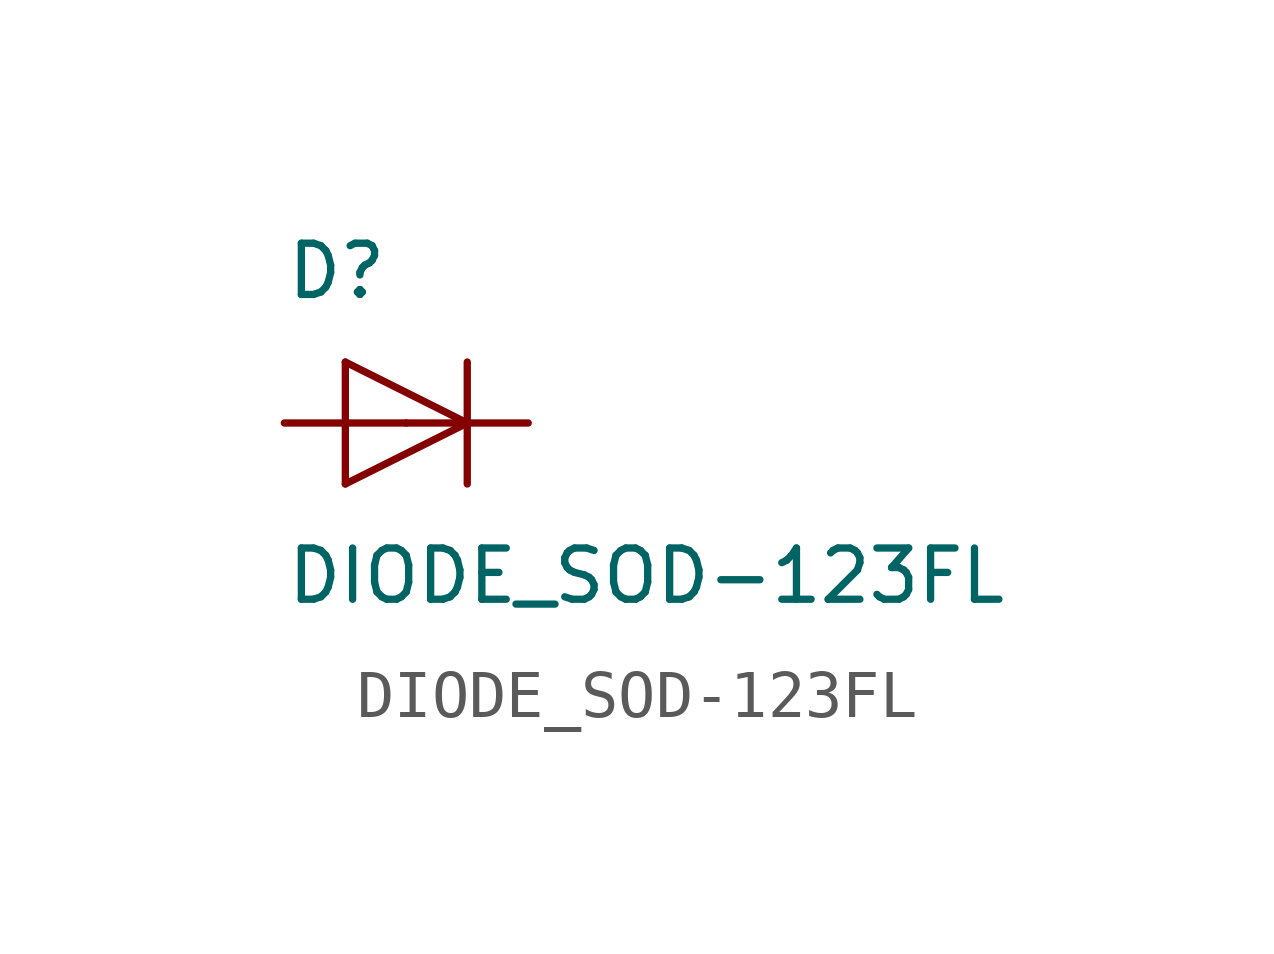
<source format=kicad_sym>
(kicad_symbol_lib
  (version 20211014)
  (generator kicad_symbol_editor)
  (symbol "DIODE_SOD-123FL"
    (pin_names
      (offset 1.016))
    (property "Reference" "D"
      (at -2.54 2.54 0)
      (effects (font (size 1.067 1.067)) (justify left bottom)))
    (property "Value" "DIODE_SOD-123FL"
      (at -2.54 -3.81 0)
      (effects (font (size 1.067 1.067)) (justify left bottom)))
    (property "ki_locked" ""
      (at 0 0 0)
      (effects (font (size 1.27 1.27))))
    (symbol "DIODE_SOD-123FL_1_0"
      (polyline (pts (xy -1.27 -1.27) (xy 1.27 0)) (stroke (width 0) (type default) (color 0 0 0 0)) (fill (type none)))
      (polyline (pts (xy -1.27 1.27) (xy -1.27 -1.27)) (stroke (width 0) (type default) (color 0 0 0 0)) (fill (type none)))
      (polyline (pts (xy 1.27 0) (xy -1.27 1.27)) (stroke (width 0) (type default) (color 0 0 0 0)) (fill (type none)))
      (polyline (pts (xy 1.27 0) (xy 1.27 -1.27)) (stroke (width 0) (type default) (color 0 0 0 0)) (fill (type none)))
      (polyline (pts (xy 1.27 1.27) (xy 1.27 0)) (stroke (width 0) (type default) (color 0 0 0 0)) (fill (type none)))
      (pin passive line (at -2.54 0 0) (length 2.54) (name "A" (effects (font (size 0 0)))) (number "A" (effects (font (size 0 0)))))
      (pin passive line (at 2.54 0 180) (length 2.54) (name "C" (effects (font (size 0 0)))) (number "C" (effects (font (size 0 0))))))))
</source>
